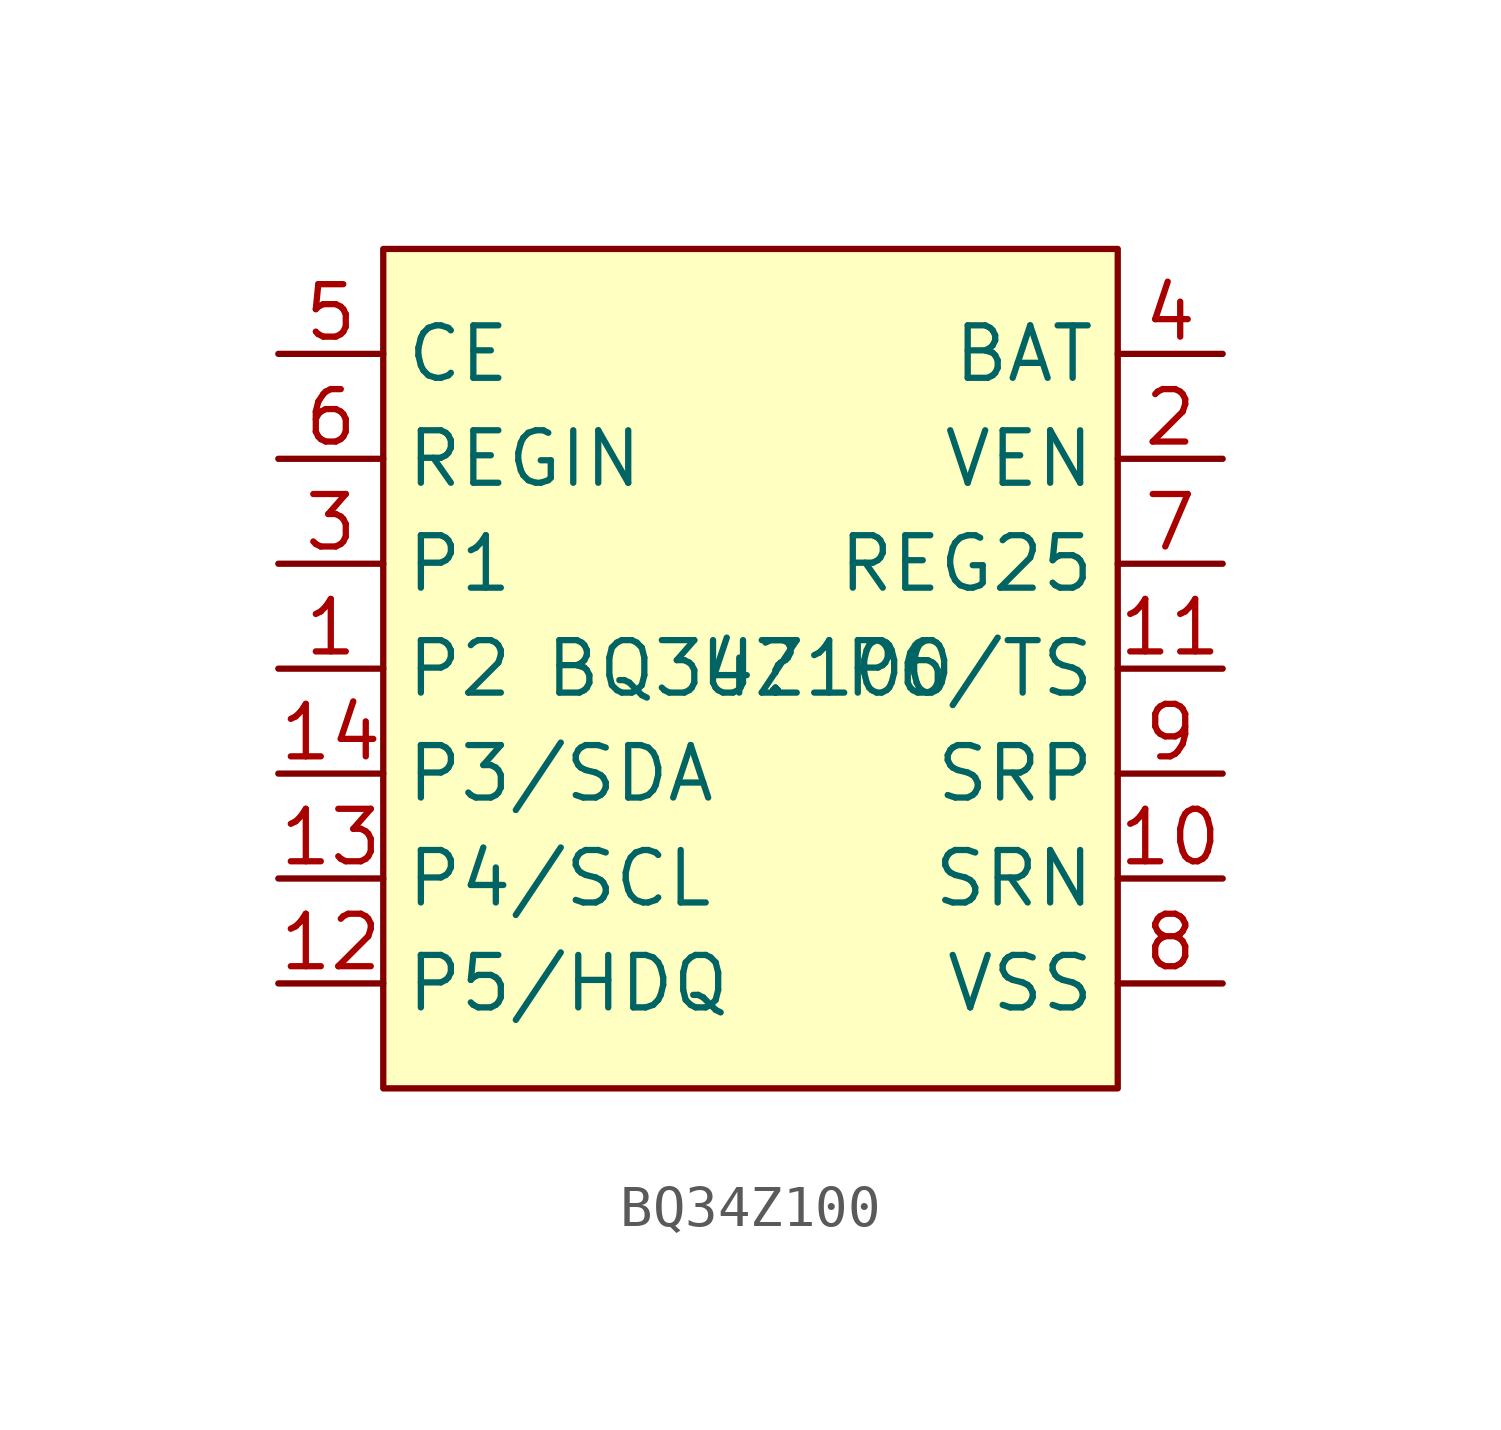
<source format=kicad_sym>
(kicad_symbol_lib
  (version 20220914)
  (generator kicad_symbol_editor)
  (symbol "BQ34Z100"
    (property "Reference" "U"
      (at 0 0 0)
      (effects (font (size 1.27 1.27))))
    (property "Value" "BQ34Z100"
      (at 0 0 0)
      (effects (font (size 1.27 1.27))))
    (symbol "BQ34Z100_1_1"
      (rectangle (start -8.89 10.16) (end 8.89 -10.16) (stroke (width 0) (type default)) (fill (type background)))
      (pin output line (at -11.43 0 0) (length 2.54) (name "P2" (effects (font (size 1.27 1.27)))) (number "1" (effects (font (size 1.27 1.27)))))
      (pin input line (at 11.43 -5.08 180) (length 2.54) (name "SRN" (effects (font (size 1.27 1.27)))) (number "10" (effects (font (size 1.27 1.27)))))
      (pin input line (at 11.43 0 180) (length 2.54) (name "P6/TS" (effects (font (size 1.27 1.27)))) (number "11" (effects (font (size 1.27 1.27)))))
      (pin bidirectional line (at -11.43 -7.62 0) (length 2.54) (name "P5/HDQ" (effects (font (size 1.27 1.27)))) (number "12" (effects (font (size 1.27 1.27)))))
      (pin output line (at -11.43 -5.08 0) (length 2.54) (name "P4/SCL" (effects (font (size 1.27 1.27)))) (number "13" (effects (font (size 1.27 1.27)))))
      (pin bidirectional line (at -11.43 -2.54 0) (length 2.54) (name "P3/SDA" (effects (font (size 1.27 1.27)))) (number "14" (effects (font (size 1.27 1.27)))))
      (pin output line (at 11.43 5.08 180) (length 2.54) (name "VEN" (effects (font (size 1.27 1.27)))) (number "2" (effects (font (size 1.27 1.27)))))
      (pin output line (at -11.43 2.54 0) (length 2.54) (name "P1" (effects (font (size 1.27 1.27)))) (number "3" (effects (font (size 1.27 1.27)))))
      (pin power_in line (at 11.43 7.62 180) (length 2.54) (name "BAT" (effects (font (size 1.27 1.27)))) (number "4" (effects (font (size 1.27 1.27)))))
      (pin input line (at -11.43 7.62 0) (length 2.54) (name "CE" (effects (font (size 1.27 1.27)))) (number "5" (effects (font (size 1.27 1.27)))))
      (pin power_in line (at -11.43 5.08 0) (length 2.54) (name "REGIN" (effects (font (size 1.27 1.27)))) (number "6" (effects (font (size 1.27 1.27)))))
      (pin power_out line (at 11.43 2.54 180) (length 2.54) (name "REG25" (effects (font (size 1.27 1.27)))) (number "7" (effects (font (size 1.27 1.27)))))
      (pin power_out line (at 11.43 -7.62 180) (length 2.54) (name "VSS" (effects (font (size 1.27 1.27)))) (number "8" (effects (font (size 1.27 1.27)))))
      (pin input line (at 11.43 -2.54 180) (length 2.54) (name "SRP" (effects (font (size 1.27 1.27)))) (number "9" (effects (font (size 1.27 1.27))))))))
</source>
